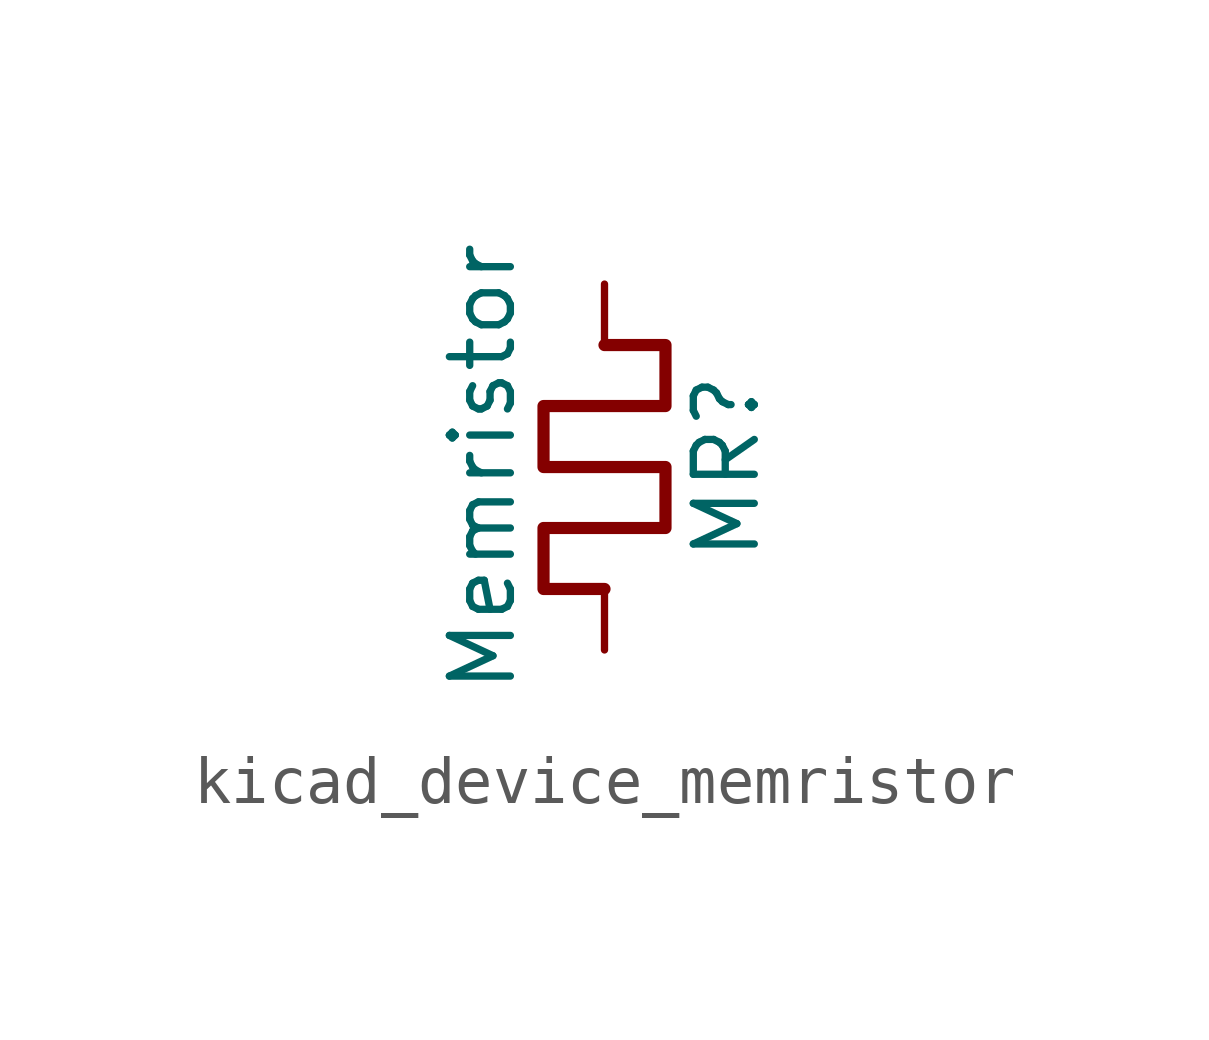
<source format=kicad_sym>
(kicad_symbol_lib
  (version 20220914)
  (generator kicad_symbol_editor)
  (symbol "kicad_device_memristor"
    (pin_numbers hide)
    (pin_names
      (offset 0))
    (property "Reference" "MR"
      (at 2.54 0 90)
      (effects (font (size 1.27 1.27))))
    (property "Value" "Memristor"
      (at -2.54 0 90)
      (effects (font (size 1.27 1.27))))
    (symbol "kicad_device_memristor_0_0"
      (polyline (pts (xy 0 2.54) (xy 1.27 2.54) (xy 1.27 1.27) (xy -1.27 1.27) (xy -1.27 0) (xy 1.27 0) (xy 1.27 -1.27) (xy -1.27 -1.27) (xy -1.27 -2.54) (xy 0 -2.54)) (stroke (width 0.254) (type default)) (fill (type none))))
    (symbol "kicad_device_memristor_1_1"
      (pin passive line (at 0 3.81 270) (length 1.27) (name "~" (effects (font (size 1.27 1.27)))) (number "1" (effects (font (size 1.27 1.27)))))
      (pin passive line (at 0 -3.81 90) (length 1.27) (name "~" (effects (font (size 1.27 1.27)))) (number "2" (effects (font (size 1.27 1.27))))))))
</source>
